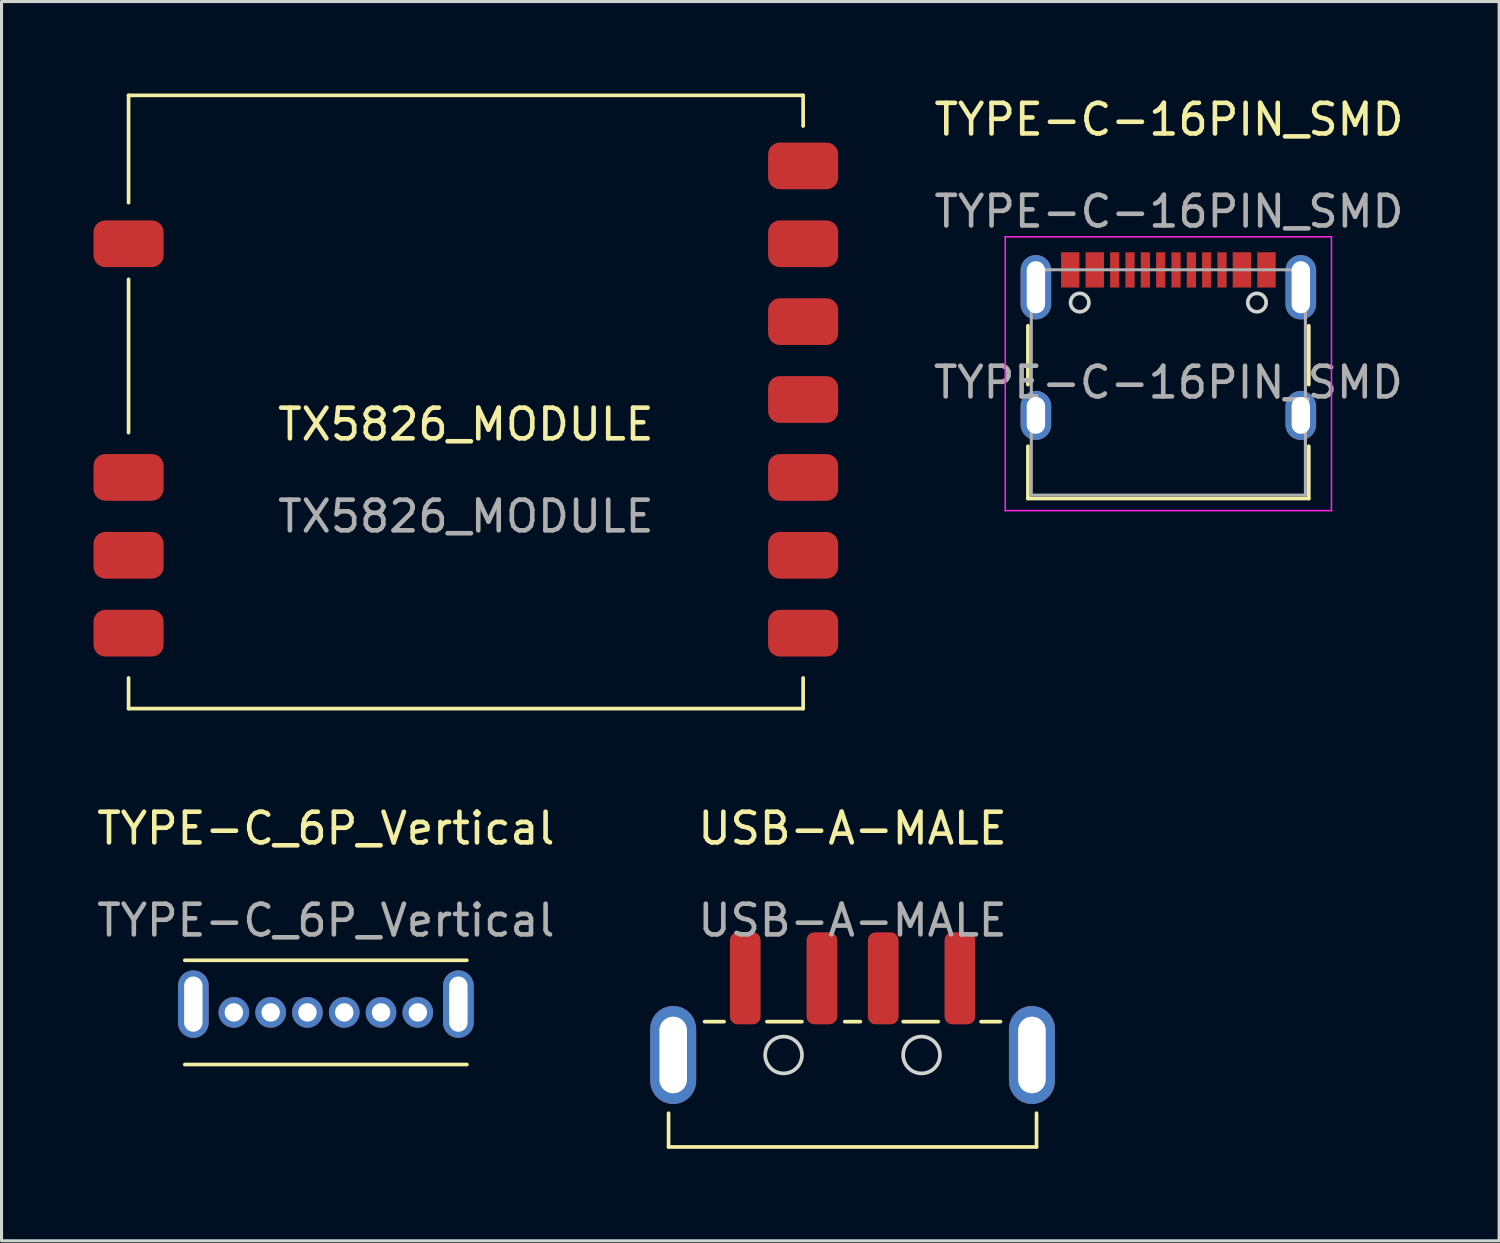
<source format=kicad_pcb>
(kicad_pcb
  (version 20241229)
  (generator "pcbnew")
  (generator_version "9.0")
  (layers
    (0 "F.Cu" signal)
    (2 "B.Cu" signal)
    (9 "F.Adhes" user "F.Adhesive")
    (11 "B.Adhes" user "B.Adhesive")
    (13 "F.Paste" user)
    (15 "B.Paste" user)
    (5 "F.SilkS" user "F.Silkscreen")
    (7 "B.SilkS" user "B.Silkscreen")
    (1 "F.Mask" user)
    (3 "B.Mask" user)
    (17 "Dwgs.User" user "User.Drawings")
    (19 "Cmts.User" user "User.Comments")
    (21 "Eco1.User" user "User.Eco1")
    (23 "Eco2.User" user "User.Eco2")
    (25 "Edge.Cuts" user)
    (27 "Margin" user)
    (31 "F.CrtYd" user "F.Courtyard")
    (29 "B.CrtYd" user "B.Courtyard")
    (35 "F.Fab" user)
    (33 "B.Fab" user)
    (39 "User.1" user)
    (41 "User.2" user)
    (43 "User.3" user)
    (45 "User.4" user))
  (footprint "USB-A-MALE"
    (layer "F.Cu")
    (at 24.755 27.857)
    (property "Reference" "USB-A-MALE" (at 0 -3.889 0) (unlocked yes) (layer "F.SilkS") (effects (font (size 1 1) (thickness 0.15))))
    (attr smd)
    (fp_line (start -6 6.5) (end -6 5.4) (stroke (width 0.12) (type default)) (layer "F.SilkS"))
    (fp_line (start -6 6.5) (end 6 6.5) (stroke (width 0.12) (type default)) (layer "F.SilkS"))
    (fp_line (start -4.826 2.413) (end -4.191 2.413) (stroke (width 0.12) (type default)) (layer "F.SilkS"))
    (fp_line (start -2.794 2.413) (end -1.651 2.413) (stroke (width 0.12) (type default)) (layer "F.SilkS"))
    (fp_line (start -0.254 2.413) (end 0.254 2.413) (stroke (width 0.12) (type default)) (layer "F.SilkS"))
    (fp_line (start 1.651 2.413) (end 2.794 2.413) (stroke (width 0.12) (type default)) (layer "F.SilkS"))
    (fp_line (start 4.191 2.413) (end 4.826 2.413) (stroke (width 0.12) (type default)) (layer "F.SilkS"))
    (fp_line (start 6 6.5) (end 6 5.4) (stroke (width 0.12) (type default)) (layer "F.SilkS"))
    (fp_circle (center -2.25 3.5) (end -1.65 3.5) (stroke (width 0.12) (type default)) (fill no) (layer "Edge.Cuts"))
    (fp_circle (center 2.25 3.5) (end 2.85 3.5) (stroke (width 0.12) (type default)) (fill no) (layer "Edge.Cuts"))
    (fp_text user "${REFERENCE}" (at 0 -0.889 0) (unlocked yes) (layer "F.Fab") (effects (font (size 1 1) (thickness 0.15))))
    (pad "1" smd roundrect (at 3.5 1) (size 1 3) (layers "F.Cu" "F.Mask" "F.Paste") (roundrect_rratio 0.25))
    (pad "2" smd roundrect (at 1 1) (size 1 3) (layers "F.Cu" "F.Mask" "F.Paste") (roundrect_rratio 0.25))
    (pad "3" smd roundrect (at -1 1) (size 1 3) (layers "F.Cu" "F.Mask" "F.Paste") (roundrect_rratio 0.25))
    (pad "4" smd roundrect (at -3.5 1) (size 1 3) (layers "F.Cu" "F.Mask" "F.Paste") (roundrect_rratio 0.25))
    (pad "5" thru_hole roundrect (at -5.85 3.5) (size 1.5 3.2) (drill oval 0.9 2.5) (layers "*.Cu" "*.Mask") (roundrect_rratio 0.5))
    (pad "5" thru_hole roundrect (at 5.85 3.5) (size 1.5 3.2) (drill oval 0.9 2.5) (layers "*.Cu" "*.Mask") (roundrect_rratio 0.5)))
  (footprint "TX5826_MODULE"
    (layer "F.Cu")
    (at 12.143 15.06)
    (property "Reference" "TX5826_MODULE" (at 0 -4.27 0) (unlocked yes) (layer "F.SilkS") (effects (font (size 1 1) (thickness 0.15))))
    (attr smd)
    (fp_line (start -11 -15) (end -11 -11.5) (stroke (width 0.12) (type default)) (layer "F.SilkS"))
    (fp_line (start -11 -15) (end 11 -15) (stroke (width 0.12) (type default)) (layer "F.SilkS"))
    (fp_line (start -11 -9) (end -11 -4) (stroke (width 0.12) (type default)) (layer "F.SilkS"))
    (fp_line (start -11 5) (end -11 4) (stroke (width 0.12) (type default)) (layer "F.SilkS"))
    (fp_line (start -11 5) (end 11 5) (stroke (width 0.12) (type default)) (layer "F.SilkS"))
    (fp_line (start 11 -15) (end 11 -14) (stroke (width 0.12) (type default)) (layer "F.SilkS"))
    (fp_line (start 11 5) (end 11 4) (stroke (width 0.12) (type default)) (layer "F.SilkS"))
    (fp_text user "${REFERENCE}" (at 0 -1.27 0) (unlocked yes) (layer "F.Fab") (effects (font (size 1 1) (thickness 0.15))))
    (pad "1" smd roundrect (at 11 -12.7) (size 2.286 1.524) (layers "F.Cu" "F.Mask" "F.Paste") (roundrect_rratio 0.25))
    (pad "2" smd roundrect (at 11 -10.16) (size 2.286 1.524) (layers "F.Cu" "F.Mask" "F.Paste") (roundrect_rratio 0.25))
    (pad "3" smd roundrect (at 11 -7.62) (size 2.286 1.524) (layers "F.Cu" "F.Mask" "F.Paste") (roundrect_rratio 0.25))
    (pad "4" smd roundrect (at 11 -5.08) (size 2.286 1.524) (layers "F.Cu" "F.Mask" "F.Paste") (roundrect_rratio 0.25))
    (pad "5" smd roundrect (at 11 -2.54) (size 2.286 1.524) (layers "F.Cu" "F.Mask" "F.Paste") (roundrect_rratio 0.25))
    (pad "6" smd roundrect (at 11 0) (size 2.286 1.524) (layers "F.Cu" "F.Mask" "F.Paste") (roundrect_rratio 0.25))
    (pad "7" smd roundrect (at 11 2.54) (size 2.286 1.524) (layers "F.Cu" "F.Mask" "F.Paste") (roundrect_rratio 0.25))
    (pad "8" smd roundrect (at -11 2.54) (size 2.286 1.524) (layers "F.Cu" "F.Mask" "F.Paste") (roundrect_rratio 0.25))
    (pad "9" smd roundrect (at -11 0) (size 2.286 1.524) (layers "F.Cu" "F.Mask" "F.Paste") (roundrect_rratio 0.25))
    (pad "10" smd roundrect (at -11 -2.54) (size 2.286 1.524) (layers "F.Cu" "F.Mask" "F.Paste") (roundrect_rratio 0.25))
    (pad "11" smd roundrect (at -11 -10.16) (size 2.286 1.524) (layers "F.Cu" "F.Mask" "F.Paste") (roundrect_rratio 0.25)))
  (footprint "TYPE-C_6P_Vertical"
    (layer "F.Cu")
    (at 7.577 29.968)
    (property "Reference" "TYPE-C_6P_Vertical" (at 0 -6 0) (unlocked yes) (layer "F.SilkS") (effects (font (size 1 1) (thickness 0.15))))
    (attr through_hole)
    (fp_line (start -4.6 -1.7) (end 4.6 -1.7) (stroke (width 0.12) (type default)) (layer "F.SilkS"))
    (fp_line (start -4.6 1.7) (end 4.6 1.7) (stroke (width 0.12) (type default)) (layer "F.SilkS"))
    (fp_text user "${REFERENCE}" (at 0 -3 0) (unlocked yes) (layer "F.Fab") (effects (font (size 1 1) (thickness 0.15))))
    (pad "A5" thru_hole circle (at -0.6 0) (size 1 1) (drill 0.6) (layers "*.Cu" "*.Mask"))
    (pad "A9" thru_hole circle (at 1.8 0) (size 1 1) (drill 0.6) (layers "*.Cu" "*.Mask"))
    (pad "A12" thru_hole circle (at 3 0) (size 1 1) (drill 0.6) (layers "*.Cu" "*.Mask"))
    (pad "B5" thru_hole circle (at 0.6 0) (size 1 1) (drill 0.6) (layers "*.Cu" "*.Mask"))
    (pad "B9" thru_hole circle (at -1.8 0) (size 1 1) (drill 0.6) (layers "*.Cu" "*.Mask"))
    (pad "B12" thru_hole circle (at -3 0) (size 1 1) (drill 0.6) (layers "*.Cu" "*.Mask"))
    (pad "MP" thru_hole oval (at -4.322 -0.27) (size 1 2.2) (drill oval 0.6 1.8) (layers "*.Cu" "*.Mask"))
    (pad "MP" thru_hole oval (at 4.322 -0.27) (size 1 2.2) (drill oval 0.6 1.8) (layers "*.Cu" "*.Mask")))
  (footprint "TYPE-C-16PIN_SMD"
    (layer "F.Cu")
    (at 35.074 4.648)
    (property "Reference" "TYPE-C-16PIN_SMD" (at 0 -3.8 0) (unlocked yes) (layer "F.SilkS") (effects (font (size 1 1) (thickness 0.15))))
    (attr smd)
    (fp_line (start -4.6 2.925) (end -4.6 4.845) (stroke (width 0.12) (type solid)) (layer "F.SilkS"))
    (fp_line (start -4.6 8.56) (end -4.6 6.855) (stroke (width 0.12) (type solid)) (layer "F.SilkS"))
    (fp_line (start 4.56 4.845) (end 4.56 2.925) (stroke (width 0.12) (type solid)) (layer "F.SilkS"))
    (fp_line (start 4.56 6.855) (end 4.56 8.56) (stroke (width 0.12) (type solid)) (layer "F.SilkS"))
    (fp_line (start 4.56 8.56) (end -4.6 8.56) (stroke (width 0.12) (type solid)) (layer "F.SilkS"))
    (fp_circle (center -2.91 2.17) (end -2.61 2.17) (stroke (width 0.12) (type default)) (fill no) (layer "Edge.Cuts"))
    (fp_circle (center 2.87 2.17) (end 3.17 2.17) (stroke (width 0.12) (type default)) (fill no) (layer "Edge.Cuts"))
    (fp_line (start -5.34 0.025) (end 5.3 0.025) (stroke (width 0.05) (type solid)) (layer "F.CrtYd"))
    (fp_line (start -5.34 8.955) (end -5.34 0.025) (stroke (width 0.05) (type solid)) (layer "F.CrtYd"))
    (fp_line (start 5.3 0.025) (end 5.3 8.955) (stroke (width 0.05) (type solid)) (layer "F.CrtYd"))
    (fp_line (start 5.3 8.955) (end -5.34 8.955) (stroke (width 0.05) (type solid)) (layer "F.CrtYd"))
    (fp_line (start -4.49 1.1) (end -4.49 8.45) (stroke (width 0.1) (type solid)) (layer "F.Fab"))
    (fp_line (start -4.49 1.1) (end 4.45 1.1) (stroke (width 0.1) (type solid)) (layer "F.Fab"))
    (fp_line (start -4.49 8.45) (end 4.45 8.45) (stroke (width 0.1) (type solid)) (layer "F.Fab"))
    (fp_line (start 4.45 8.45) (end 4.45 1.1) (stroke (width 0.1) (type solid)) (layer "F.Fab"))
    (fp_text user "${REFERENCE}" (at 0 -0.8 0) (unlocked yes) (layer "F.Fab") (effects (font (size 1 1) (thickness 0.15))))
    (fp_text user "${REFERENCE}" (at -0.02 4.775 0) (layer "F.Fab") (effects (font (size 1 1) (thickness 0.15))))
    (pad "1" thru_hole oval (at -4.34 1.67) (size 1 2.1) (drill oval 0.6 1.7) (layers "*.Cu" "*.Mask"))
    (pad "2" thru_hole oval (at -4.34 5.85) (size 1 1.6) (drill oval 0.6 1.2) (layers "*.Cu" "*.Mask"))
    (pad "3" thru_hole oval (at 4.3 1.67) (size 1 2.1) (drill oval 0.6 1.7) (layers "*.Cu" "*.Mask"))
    (pad "4" thru_hole oval (at 4.3 5.85) (size 1 1.6) (drill oval 0.6 1.2) (layers "*.Cu" "*.Mask"))
    (pad "A1B12" smd rect (at -3.22 1.105) (size 0.6 1.15) (layers "F.Cu" "F.Mask" "F.Paste"))
    (pad "A4B9" smd rect (at -2.42 1.105) (size 0.6 1.15) (layers "F.Cu" "F.Mask" "F.Paste"))
    (pad "A5" smd rect (at -1.27 1.105) (size 0.3 1.15) (layers "F.Cu" "F.Mask" "F.Paste"))
    (pad "A6" smd rect (at -0.27 1.105) (size 0.3 1.15) (layers "F.Cu" "F.Mask" "F.Paste"))
    (pad "A7" smd rect (at 0.23 1.105) (size 0.3 1.15) (layers "F.Cu" "F.Mask" "F.Paste"))
    (pad "A8" smd rect (at -1.77 1.105) (size 0.3 1.15) (layers "F.Cu" "F.Mask" "F.Paste"))
    (pad "B1A12" smd rect (at 3.18 1.105) (size 0.6 1.15) (layers "F.Cu" "F.Mask" "F.Paste"))
    (pad "B4A9" smd rect (at 2.38 1.105) (size 0.6 1.15) (layers "F.Cu" "F.Mask" "F.Paste"))
    (pad "B5" smd rect (at 1.73 1.105) (size 0.3 1.15) (layers "F.Cu" "F.Mask" "F.Paste"))
    (pad "B6" smd rect (at 0.73 1.105) (size 0.3 1.15) (layers "F.Cu" "F.Mask" "F.Paste"))
    (pad "B7" smd rect (at -0.77 1.105) (size 0.3 1.15) (layers "F.Cu" "F.Mask" "F.Paste"))
    (pad "B8" smd rect (at 1.23 1.105) (size 0.3 1.15) (layers "F.Cu" "F.Mask" "F.Paste")))
  (gr_rect
    (start -3 -3)
    (end 45.842 37.417)
    (stroke (width 0.1) (type default))
    (fill no)
    (layer "Edge.Cuts")))
</source>
